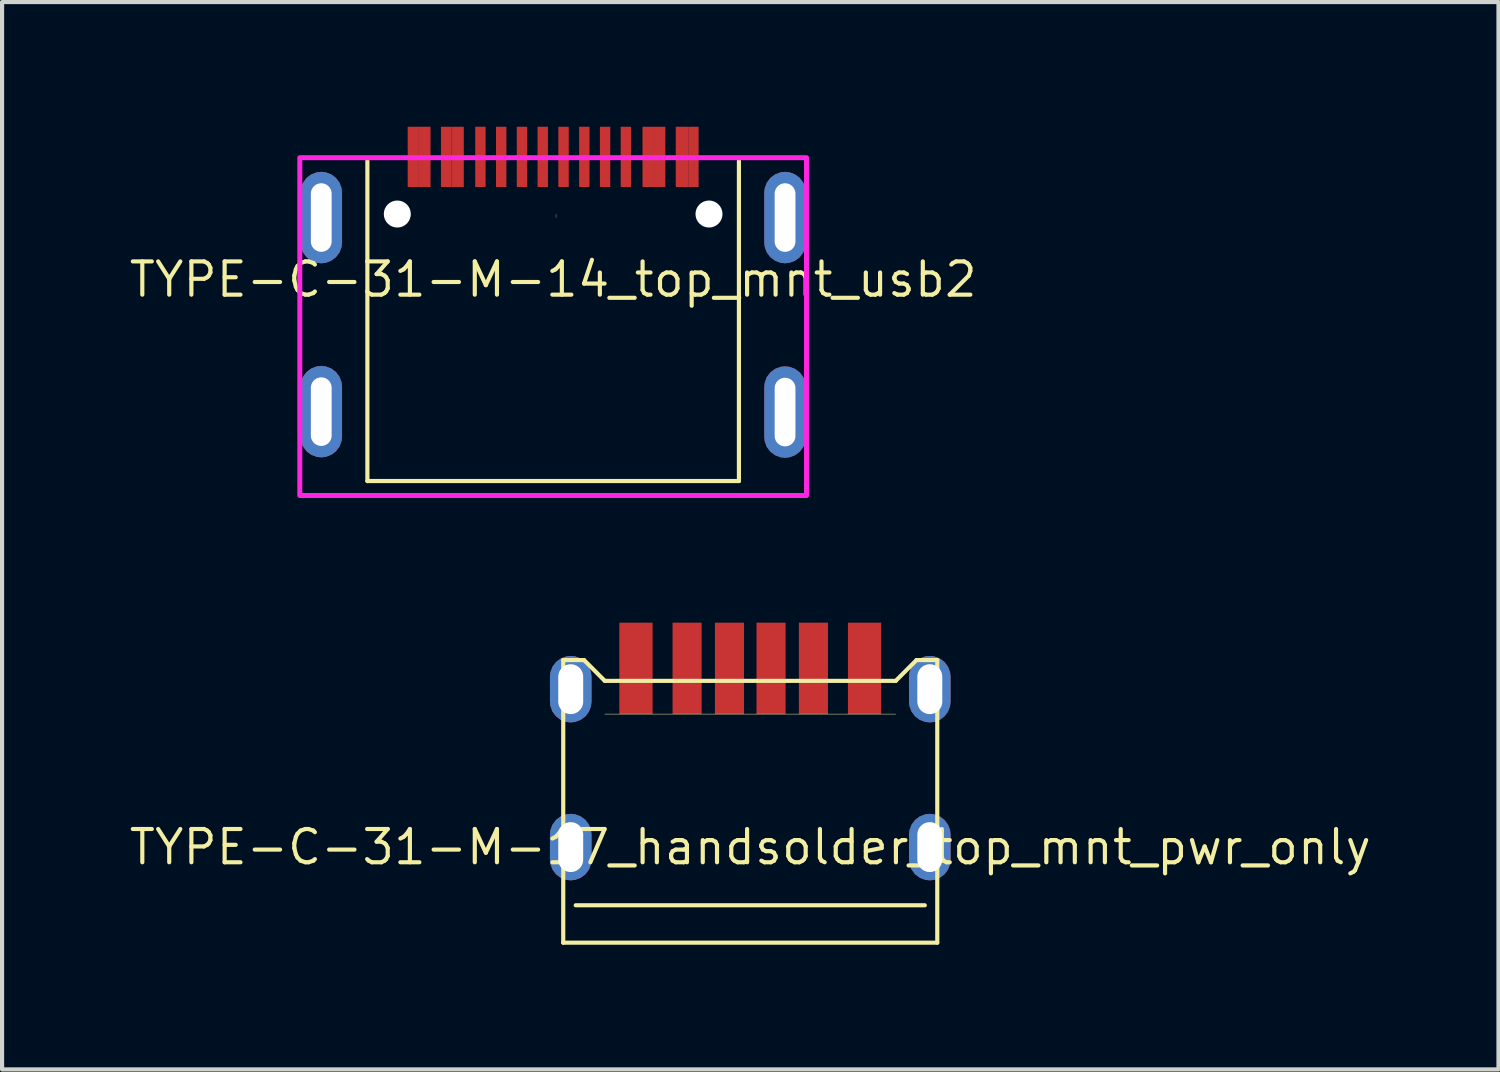
<source format=kicad_pcb>
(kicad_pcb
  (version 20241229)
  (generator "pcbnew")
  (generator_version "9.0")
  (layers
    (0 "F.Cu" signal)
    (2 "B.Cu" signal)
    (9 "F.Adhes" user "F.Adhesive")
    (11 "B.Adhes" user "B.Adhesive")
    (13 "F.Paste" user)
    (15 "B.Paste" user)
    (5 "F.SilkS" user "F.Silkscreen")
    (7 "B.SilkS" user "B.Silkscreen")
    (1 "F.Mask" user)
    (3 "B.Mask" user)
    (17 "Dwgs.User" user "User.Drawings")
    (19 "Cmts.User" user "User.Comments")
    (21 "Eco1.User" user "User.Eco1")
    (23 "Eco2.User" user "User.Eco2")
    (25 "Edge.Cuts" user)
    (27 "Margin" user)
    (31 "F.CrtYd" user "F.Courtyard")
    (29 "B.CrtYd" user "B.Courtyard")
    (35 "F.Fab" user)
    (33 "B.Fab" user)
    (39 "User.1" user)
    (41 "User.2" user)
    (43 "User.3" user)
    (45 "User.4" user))
  (footprint "TYPE-C-31-M-17_handsolder_top_mnt_pwr_only"
    (layer "F.Cu")
    (at 15.003 17.333)
    (property "Reference" "TYPE-C-31-M-17_handsolder_top_mnt_pwr_only" (at 0 0 0) (layer "F.SilkS") (effects (font (size 0.8 0.8) (thickness 0.1))))
    (attr smd)
    (fp_line (start -4.5 -4.5) (end -4.5 2.3) (stroke (width 0.1) (type solid)) (layer "F.SilkS"))
    (fp_line (start -4.5 -4.5) (end -4 -4.5) (stroke (width 0.1) (type solid)) (layer "F.SilkS"))
    (fp_line (start -4 -4.5) (end -3.5 -4) (stroke (width 0.1) (type solid)) (layer "F.SilkS"))
    (fp_line (start -3.5 -4) (end 3.5 -4) (stroke (width 0.1) (type solid)) (layer "F.SilkS"))
    (fp_line (start -3.5 -3.2) (end 3.5 -3.2) (stroke (width 0.01) (type solid)) (layer "F.SilkS"))
    (fp_line (start 3.5 -4) (end 4 -4.5) (stroke (width 0.1) (type solid)) (layer "F.SilkS"))
    (fp_line (start 4 -4.5) (end 4.5 -4.5) (stroke (width 0.1) (type solid)) (layer "F.SilkS"))
    (fp_line (start 4.2 1.4) (end -4.2 1.4) (stroke (width 0.1) (type solid)) (layer "F.SilkS"))
    (fp_line (start 4.5 -4.5) (end 4.5 2.3) (stroke (width 0.1) (type solid)) (layer "F.SilkS"))
    (fp_line (start 4.5 2.3) (end -4.5 2.3) (stroke (width 0.1) (type solid)) (layer "F.SilkS"))
    (pad "1" thru_hole roundrect (at -4.32 -3.8) (size 1 1.6) (drill oval 0.6 1.2) (layers "*.Cu" "*.Mask") (roundrect_rratio 0.5))
    (pad "1" thru_hole roundrect (at -4.32 0) (size 1 1.6) (drill oval 0.6 1.2) (layers "*.Cu" "*.Mask") (roundrect_rratio 0.5))
    (pad "1" thru_hole roundrect (at 4.32 -3.8) (size 1 1.6) (drill oval 0.6 1.2) (layers "*.Cu" "*.Mask") (roundrect_rratio 0.5))
    (pad "1" thru_hole roundrect (at 4.32 0) (size 1 1.6) (drill oval 0.6 1.2) (layers "*.Cu" "*.Mask") (roundrect_rratio 0.5))
    (pad "A5" smd rect (at -0.5 -4.3) (size 0.7 2.2) (layers "F.Cu" "F.Mask" "F.Paste"))
    (pad "A9" smd rect (at 1.52 -4.3) (size 0.7 2.2) (layers "F.Cu" "F.Mask" "F.Paste"))
    (pad "A12" smd rect (at 2.75 -4.3) (size 0.8 2.2) (layers "F.Cu" "F.Mask" "F.Paste"))
    (pad "B5" smd rect (at 0.5 -4.3) (size 0.7 2.2) (layers "F.Cu" "F.Mask" "F.Paste"))
    (pad "B9" smd rect (at -1.52 -4.3) (size 0.7 2.2) (layers "F.Cu" "F.Mask" "F.Paste"))
    (pad "B12" smd rect (at -2.75 -4.3) (size 0.8 2.2) (layers "F.Cu" "F.Mask" "F.Paste")))
  (footprint "TYPE-C-31-M-14_top_mnt_usb2"
    (layer "F.Cu")
    (at 10.26 5.825)
    (property "Reference" "TYPE-C-31-M-14_top_mnt_usb2" (at 0 -2.15 180) (layer "F.SilkS") (effects (font (size 0.8 0.8) (thickness 0.1))))
    (attr smd)
    (fp_line (start -4.47 -5) (end -4.47 2.7) (stroke (width 0.1) (type solid)) (layer "F.SilkS"))
    (fp_line (start 4.47 -5) (end 4.47 2.7) (stroke (width 0.1) (type solid)) (layer "F.SilkS"))
    (fp_line (start 4.47 2.7) (end -4.47 2.7) (stroke (width 0.1) (type solid)) (layer "F.SilkS"))
    (fp_rect (start 6.096 -5.08) (end -6.096 3.048) (stroke (width 0.12) (type solid)) (fill no) (layer "F.CrtYd"))
    (fp_line (start 0.07 -3.72) (end 0.07 -3.64) (stroke (width 0.01) (type solid)) (layer "F.Fab"))
    (fp_line (start 3.55 -3.725) (end 3.55 -3.725) (stroke (width 0.01) (type solid)) (layer "F.Fab"))
    (pad "" np_thru_hole circle (at -3.75 -3.725) (size 0.65 0.65) (drill 0.65) (layers "*.Cu" "*.Mask"))
    (pad "" np_thru_hole circle (at 3.75 -3.725) (size 0.65 0.65) (drill 0.65) (layers "*.Cu" "*.Mask"))
    (pad "A1" smd rect (at -3.375 -5.1) (size 0.25 1.45) (layers "F.Cu" "F.Mask" "F.Paste"))
    (pad "A4" smd rect (at -2.575 -5.1) (size 0.25 1.45) (layers "F.Cu" "F.Mask" "F.Paste"))
    (pad "A5" smd rect (at -1.25 -5.1) (size 0.25 1.45) (layers "F.Cu" "F.Mask" "F.Paste"))
    (pad "A6" smd rect (at -0.25 -5.1) (size 0.25 1.45) (layers "F.Cu" "F.Mask" "F.Paste"))
    (pad "A7" smd rect (at 0.25 -5.1) (size 0.25 1.45) (layers "F.Cu" "F.Mask" "F.Paste"))
    (pad "A8" smd rect (at 1.25 -5.1) (size 0.25 1.45) (layers "F.Cu" "F.Mask" "F.Paste"))
    (pad "A9" smd rect (at 2.575 -5.1) (size 0.25 1.45) (layers "F.Cu" "F.Mask" "F.Paste"))
    (pad "A12" smd rect (at 3.375 -5.1) (size 0.25 1.45) (layers "F.Cu" "F.Mask" "F.Paste"))
    (pad "B1" smd rect (at 3.1 -5.1) (size 0.3 1.45) (layers "F.Cu" "F.Mask" "F.Paste"))
    (pad "B4" smd rect (at 2.3 -5.1) (size 0.3 1.45) (layers "F.Cu" "F.Mask" "F.Paste"))
    (pad "B5" smd rect (at 1.75 -5.1) (size 0.25 1.45) (layers "F.Cu" "F.Mask" "F.Paste"))
    (pad "B6" smd rect (at 0.75 -5.1) (size 0.25 1.45) (layers "F.Cu" "F.Mask" "F.Paste"))
    (pad "B7" smd rect (at -0.75 -5.1) (size 0.25 1.45) (layers "F.Cu" "F.Mask" "F.Paste"))
    (pad "B8" smd rect (at -1.75 -5.1) (size 0.25 1.45) (layers "F.Cu" "F.Mask" "F.Paste"))
    (pad "B9" smd rect (at -2.3 -5.1) (size 0.3 1.45) (layers "F.Cu" "F.Mask" "F.Paste"))
    (pad "B12" smd rect (at -3.1 -5.1) (size 0.3 1.45) (layers "F.Cu" "F.Mask" "F.Paste"))
    (pad "S1" thru_hole roundrect (at -5.58 -3.64) (size 1 2.2) (drill oval 0.5 1.65) (layers "*.Cu" "*.Mask") (roundrect_rratio 0.5))
    (pad "S1" thru_hole roundrect (at -5.58 1.03) (size 1 2.2) (drill oval 0.5 1.65) (layers "*.Cu" "*.Mask") (roundrect_rratio 0.5))
    (pad "S1" thru_hole roundrect (at 5.58 -3.64) (size 1 2.2) (drill oval 0.5 1.65) (layers "*.Cu" "*.Mask") (roundrect_rratio 0.5))
    (pad "S1" thru_hole roundrect (at 5.58 1.04) (size 1 2.2) (drill oval 0.5 1.65) (layers "*.Cu" "*.Mask") (roundrect_rratio 0.5)))
  (gr_rect
    (start -3 -3)
    (end 33.007 22.683)
    (stroke (width 0.1) (type default))
    (fill no)
    (layer "Edge.Cuts")))
</source>
